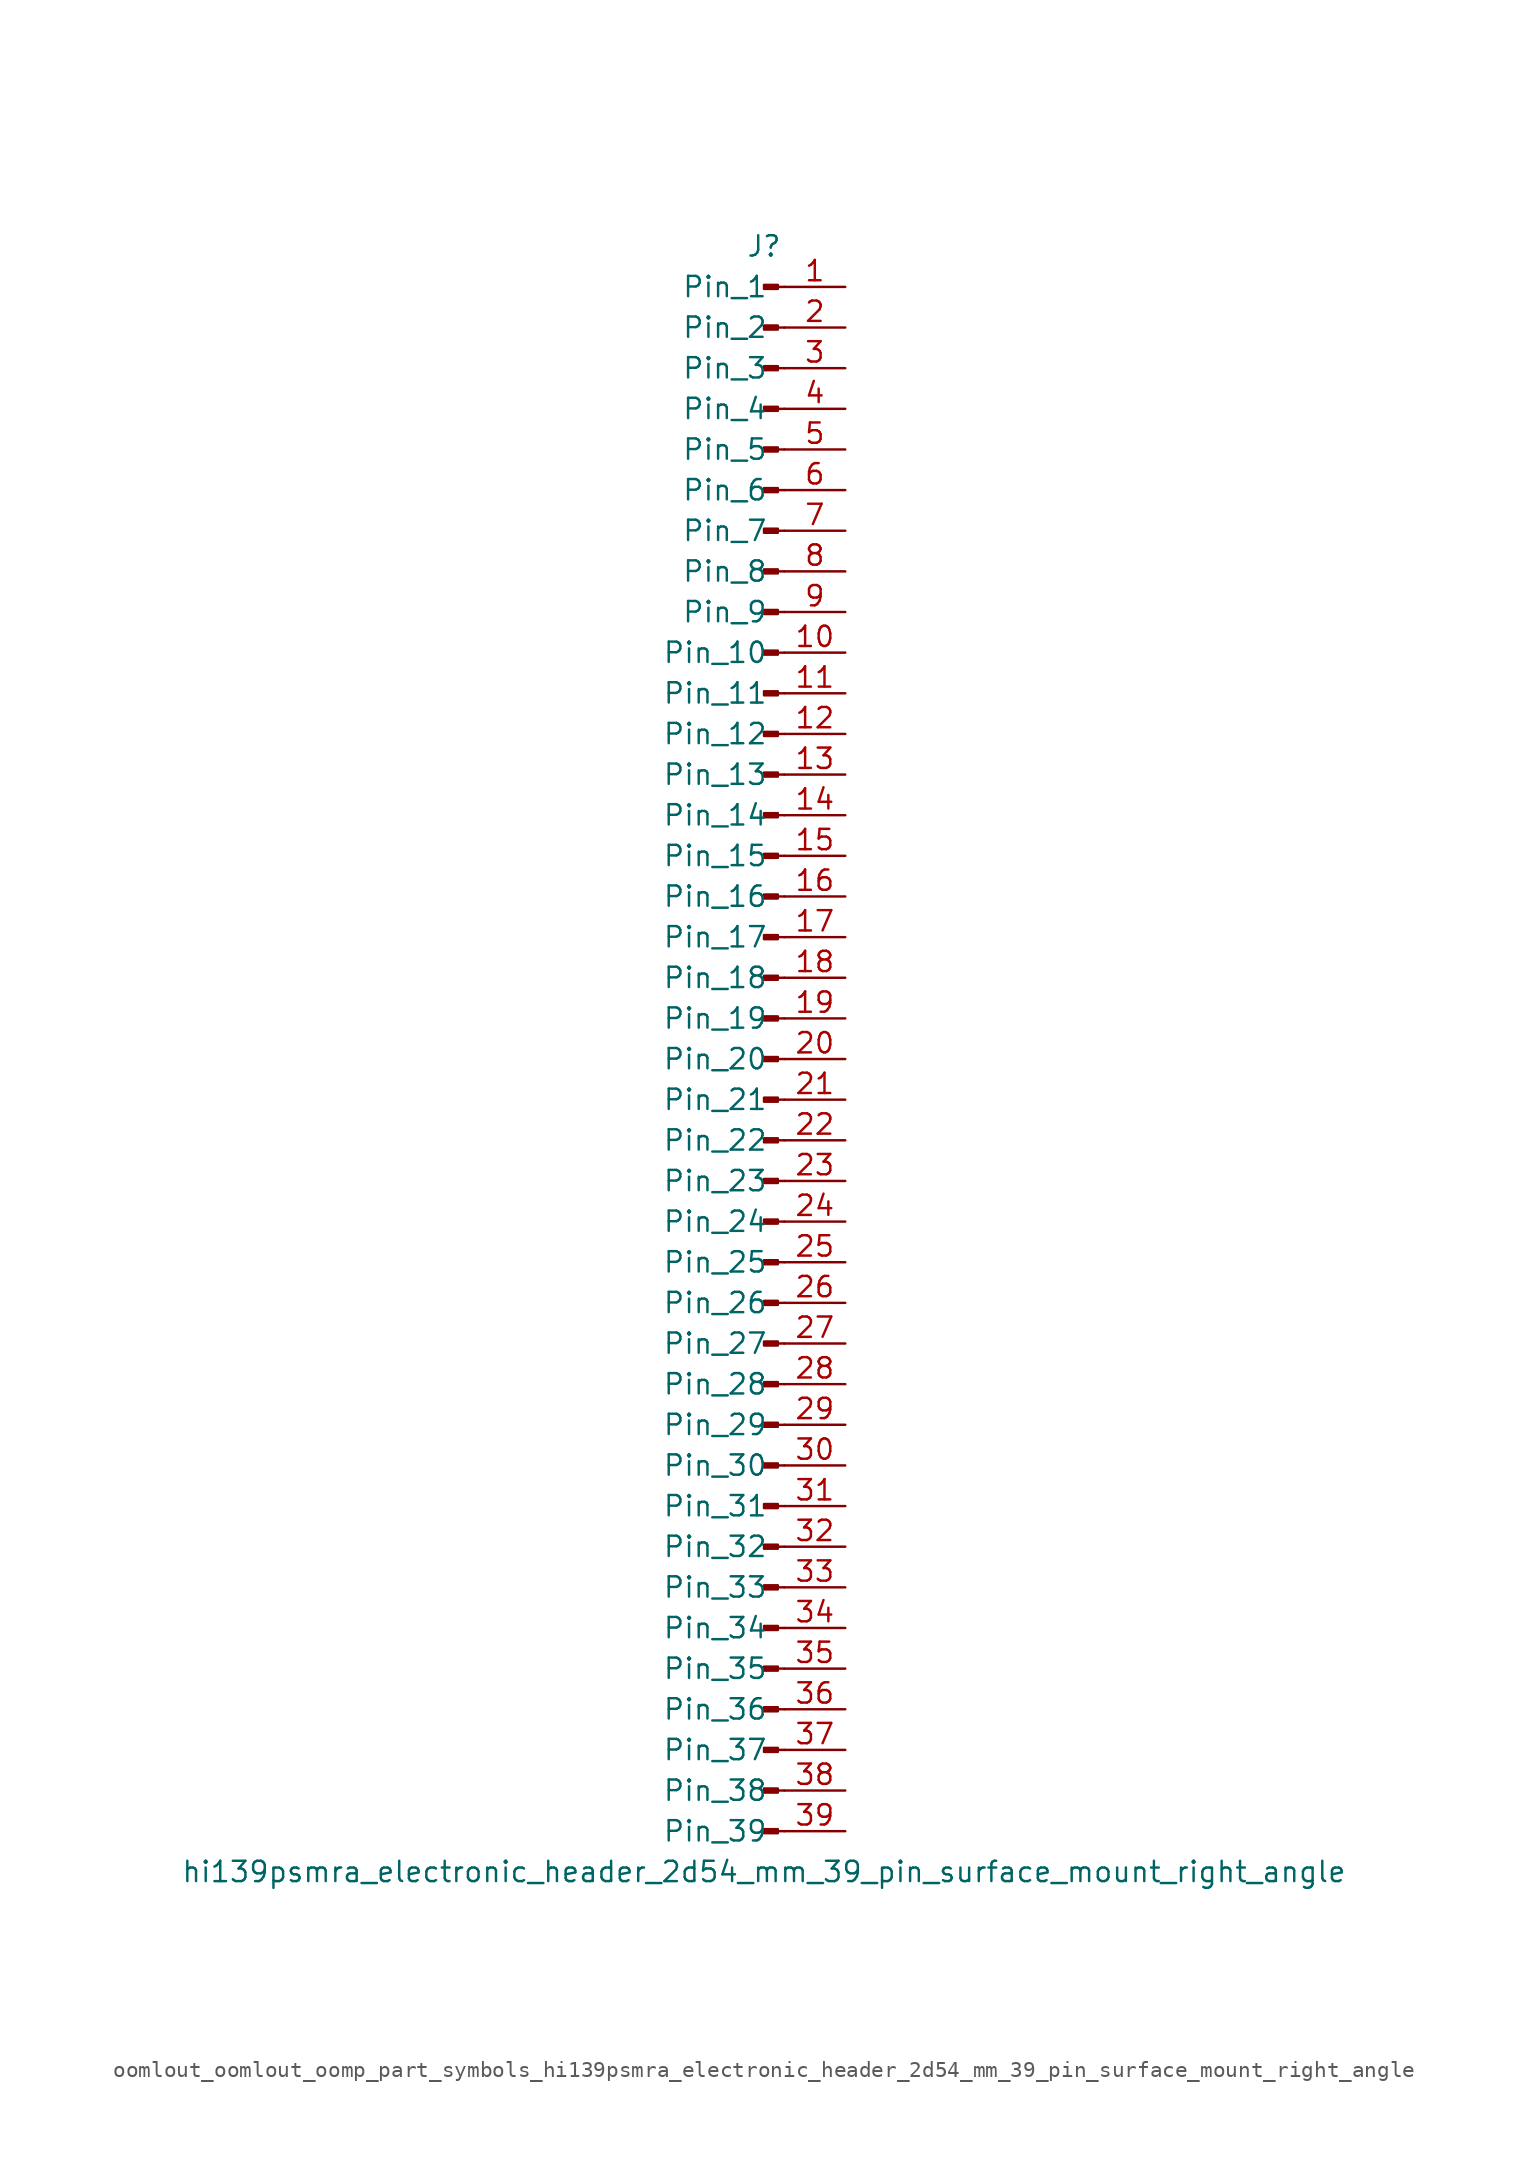
<source format=kicad_sym>
(kicad_symbol_lib
  (version 20220914)
  (generator kicad_symbol_editor)
  (symbol "oomlout_oomlout_oomp_part_symbols_hi139psmra_electronic_header_2d54_mm_39_pin_surface_mount_right_angle"
    (pin_names
      (offset 1.016))
    (property "Reference" "J"
      (at 0 50.8 0)
      (effects (font (size 1.27 1.27))))
    (property "Value" "hi139psmra_electronic_header_2d54_mm_39_pin_surface_mount_right_angle"
      (at 0 -50.8 0)
      (effects (font (size 1.27 1.27))))
    (property "ki_locked" ""
      (at 0 0 0)
      (effects (font (size 1.27 1.27))))
    (symbol "oomlout_oomlout_oomp_part_symbols_hi139psmra_electronic_header_2d54_mm_39_pin_surface_mount_right_angle_1_1"
      (polyline (pts (xy 1.27 -48.26) (xy 0.864 -48.26)) (stroke (width 0.152) (type default)) (fill (type none)))
      (polyline (pts (xy 1.27 -45.72) (xy 0.864 -45.72)) (stroke (width 0.152) (type default)) (fill (type none)))
      (polyline (pts (xy 1.27 -43.18) (xy 0.864 -43.18)) (stroke (width 0.152) (type default)) (fill (type none)))
      (polyline (pts (xy 1.27 -40.64) (xy 0.864 -40.64)) (stroke (width 0.152) (type default)) (fill (type none)))
      (polyline (pts (xy 1.27 -38.1) (xy 0.864 -38.1)) (stroke (width 0.152) (type default)) (fill (type none)))
      (polyline (pts (xy 1.27 -35.56) (xy 0.864 -35.56)) (stroke (width 0.152) (type default)) (fill (type none)))
      (polyline (pts (xy 1.27 -33.02) (xy 0.864 -33.02)) (stroke (width 0.152) (type default)) (fill (type none)))
      (polyline (pts (xy 1.27 -30.48) (xy 0.864 -30.48)) (stroke (width 0.152) (type default)) (fill (type none)))
      (polyline (pts (xy 1.27 -27.94) (xy 0.864 -27.94)) (stroke (width 0.152) (type default)) (fill (type none)))
      (polyline (pts (xy 1.27 -25.4) (xy 0.864 -25.4)) (stroke (width 0.152) (type default)) (fill (type none)))
      (polyline (pts (xy 1.27 -22.86) (xy 0.864 -22.86)) (stroke (width 0.152) (type default)) (fill (type none)))
      (polyline (pts (xy 1.27 -20.32) (xy 0.864 -20.32)) (stroke (width 0.152) (type default)) (fill (type none)))
      (polyline (pts (xy 1.27 -17.78) (xy 0.864 -17.78)) (stroke (width 0.152) (type default)) (fill (type none)))
      (polyline (pts (xy 1.27 -15.24) (xy 0.864 -15.24)) (stroke (width 0.152) (type default)) (fill (type none)))
      (polyline (pts (xy 1.27 -12.7) (xy 0.864 -12.7)) (stroke (width 0.152) (type default)) (fill (type none)))
      (polyline (pts (xy 1.27 -10.16) (xy 0.864 -10.16)) (stroke (width 0.152) (type default)) (fill (type none)))
      (polyline (pts (xy 1.27 -7.62) (xy 0.864 -7.62)) (stroke (width 0.152) (type default)) (fill (type none)))
      (polyline (pts (xy 1.27 -5.08) (xy 0.864 -5.08)) (stroke (width 0.152) (type default)) (fill (type none)))
      (polyline (pts (xy 1.27 -2.54) (xy 0.864 -2.54)) (stroke (width 0.152) (type default)) (fill (type none)))
      (polyline (pts (xy 1.27 0) (xy 0.864 0)) (stroke (width 0.152) (type default)) (fill (type none)))
      (polyline (pts (xy 1.27 2.54) (xy 0.864 2.54)) (stroke (width 0.152) (type default)) (fill (type none)))
      (polyline (pts (xy 1.27 5.08) (xy 0.864 5.08)) (stroke (width 0.152) (type default)) (fill (type none)))
      (polyline (pts (xy 1.27 7.62) (xy 0.864 7.62)) (stroke (width 0.152) (type default)) (fill (type none)))
      (polyline (pts (xy 1.27 10.16) (xy 0.864 10.16)) (stroke (width 0.152) (type default)) (fill (type none)))
      (polyline (pts (xy 1.27 12.7) (xy 0.864 12.7)) (stroke (width 0.152) (type default)) (fill (type none)))
      (polyline (pts (xy 1.27 15.24) (xy 0.864 15.24)) (stroke (width 0.152) (type default)) (fill (type none)))
      (polyline (pts (xy 1.27 17.78) (xy 0.864 17.78)) (stroke (width 0.152) (type default)) (fill (type none)))
      (polyline (pts (xy 1.27 20.32) (xy 0.864 20.32)) (stroke (width 0.152) (type default)) (fill (type none)))
      (polyline (pts (xy 1.27 22.86) (xy 0.864 22.86)) (stroke (width 0.152) (type default)) (fill (type none)))
      (polyline (pts (xy 1.27 25.4) (xy 0.864 25.4)) (stroke (width 0.152) (type default)) (fill (type none)))
      (polyline (pts (xy 1.27 27.94) (xy 0.864 27.94)) (stroke (width 0.152) (type default)) (fill (type none)))
      (polyline (pts (xy 1.27 30.48) (xy 0.864 30.48)) (stroke (width 0.152) (type default)) (fill (type none)))
      (polyline (pts (xy 1.27 33.02) (xy 0.864 33.02)) (stroke (width 0.152) (type default)) (fill (type none)))
      (polyline (pts (xy 1.27 35.56) (xy 0.864 35.56)) (stroke (width 0.152) (type default)) (fill (type none)))
      (polyline (pts (xy 1.27 38.1) (xy 0.864 38.1)) (stroke (width 0.152) (type default)) (fill (type none)))
      (polyline (pts (xy 1.27 40.64) (xy 0.864 40.64)) (stroke (width 0.152) (type default)) (fill (type none)))
      (polyline (pts (xy 1.27 43.18) (xy 0.864 43.18)) (stroke (width 0.152) (type default)) (fill (type none)))
      (polyline (pts (xy 1.27 45.72) (xy 0.864 45.72)) (stroke (width 0.152) (type default)) (fill (type none)))
      (polyline (pts (xy 1.27 48.26) (xy 0.864 48.26)) (stroke (width 0.152) (type default)) (fill (type none)))
      (rectangle (start 0.864 -48.133) (end 0 -48.387) (stroke (width 0.152) (type default)) (fill (type outline)))
      (rectangle (start 0.864 -45.593) (end 0 -45.847) (stroke (width 0.152) (type default)) (fill (type outline)))
      (rectangle (start 0.864 -43.053) (end 0 -43.307) (stroke (width 0.152) (type default)) (fill (type outline)))
      (rectangle (start 0.864 -40.513) (end 0 -40.767) (stroke (width 0.152) (type default)) (fill (type outline)))
      (rectangle (start 0.864 -37.973) (end 0 -38.227) (stroke (width 0.152) (type default)) (fill (type outline)))
      (rectangle (start 0.864 -35.433) (end 0 -35.687) (stroke (width 0.152) (type default)) (fill (type outline)))
      (rectangle (start 0.864 -32.893) (end 0 -33.147) (stroke (width 0.152) (type default)) (fill (type outline)))
      (rectangle (start 0.864 -30.353) (end 0 -30.607) (stroke (width 0.152) (type default)) (fill (type outline)))
      (rectangle (start 0.864 -27.813) (end 0 -28.067) (stroke (width 0.152) (type default)) (fill (type outline)))
      (rectangle (start 0.864 -25.273) (end 0 -25.527) (stroke (width 0.152) (type default)) (fill (type outline)))
      (rectangle (start 0.864 -22.733) (end 0 -22.987) (stroke (width 0.152) (type default)) (fill (type outline)))
      (rectangle (start 0.864 -20.193) (end 0 -20.447) (stroke (width 0.152) (type default)) (fill (type outline)))
      (rectangle (start 0.864 -17.653) (end 0 -17.907) (stroke (width 0.152) (type default)) (fill (type outline)))
      (rectangle (start 0.864 -15.113) (end 0 -15.367) (stroke (width 0.152) (type default)) (fill (type outline)))
      (rectangle (start 0.864 -12.573) (end 0 -12.827) (stroke (width 0.152) (type default)) (fill (type outline)))
      (rectangle (start 0.864 -10.033) (end 0 -10.287) (stroke (width 0.152) (type default)) (fill (type outline)))
      (rectangle (start 0.864 -7.493) (end 0 -7.747) (stroke (width 0.152) (type default)) (fill (type outline)))
      (rectangle (start 0.864 -4.953) (end 0 -5.207) (stroke (width 0.152) (type default)) (fill (type outline)))
      (rectangle (start 0.864 -2.413) (end 0 -2.667) (stroke (width 0.152) (type default)) (fill (type outline)))
      (rectangle (start 0.864 0.127) (end 0 -0.127) (stroke (width 0.152) (type default)) (fill (type outline)))
      (rectangle (start 0.864 2.667) (end 0 2.413) (stroke (width 0.152) (type default)) (fill (type outline)))
      (rectangle (start 0.864 5.207) (end 0 4.953) (stroke (width 0.152) (type default)) (fill (type outline)))
      (rectangle (start 0.864 7.747) (end 0 7.493) (stroke (width 0.152) (type default)) (fill (type outline)))
      (rectangle (start 0.864 10.287) (end 0 10.033) (stroke (width 0.152) (type default)) (fill (type outline)))
      (rectangle (start 0.864 12.827) (end 0 12.573) (stroke (width 0.152) (type default)) (fill (type outline)))
      (rectangle (start 0.864 15.367) (end 0 15.113) (stroke (width 0.152) (type default)) (fill (type outline)))
      (rectangle (start 0.864 17.907) (end 0 17.653) (stroke (width 0.152) (type default)) (fill (type outline)))
      (rectangle (start 0.864 20.447) (end 0 20.193) (stroke (width 0.152) (type default)) (fill (type outline)))
      (rectangle (start 0.864 22.987) (end 0 22.733) (stroke (width 0.152) (type default)) (fill (type outline)))
      (rectangle (start 0.864 25.527) (end 0 25.273) (stroke (width 0.152) (type default)) (fill (type outline)))
      (rectangle (start 0.864 28.067) (end 0 27.813) (stroke (width 0.152) (type default)) (fill (type outline)))
      (rectangle (start 0.864 30.607) (end 0 30.353) (stroke (width 0.152) (type default)) (fill (type outline)))
      (rectangle (start 0.864 33.147) (end 0 32.893) (stroke (width 0.152) (type default)) (fill (type outline)))
      (rectangle (start 0.864 35.687) (end 0 35.433) (stroke (width 0.152) (type default)) (fill (type outline)))
      (rectangle (start 0.864 38.227) (end 0 37.973) (stroke (width 0.152) (type default)) (fill (type outline)))
      (rectangle (start 0.864 40.767) (end 0 40.513) (stroke (width 0.152) (type default)) (fill (type outline)))
      (rectangle (start 0.864 43.307) (end 0 43.053) (stroke (width 0.152) (type default)) (fill (type outline)))
      (rectangle (start 0.864 45.847) (end 0 45.593) (stroke (width 0.152) (type default)) (fill (type outline)))
      (rectangle (start 0.864 48.387) (end 0 48.133) (stroke (width 0.152) (type default)) (fill (type outline)))
      (pin passive line (at 5.08 48.26 180) (length 3.81) (name "Pin_1" (effects (font (size 1.27 1.27)))) (number "1" (effects (font (size 1.27 1.27)))))
      (pin passive line (at 5.08 25.4 180) (length 3.81) (name "Pin_10" (effects (font (size 1.27 1.27)))) (number "10" (effects (font (size 1.27 1.27)))))
      (pin passive line (at 5.08 22.86 180) (length 3.81) (name "Pin_11" (effects (font (size 1.27 1.27)))) (number "11" (effects (font (size 1.27 1.27)))))
      (pin passive line (at 5.08 20.32 180) (length 3.81) (name "Pin_12" (effects (font (size 1.27 1.27)))) (number "12" (effects (font (size 1.27 1.27)))))
      (pin passive line (at 5.08 17.78 180) (length 3.81) (name "Pin_13" (effects (font (size 1.27 1.27)))) (number "13" (effects (font (size 1.27 1.27)))))
      (pin passive line (at 5.08 15.24 180) (length 3.81) (name "Pin_14" (effects (font (size 1.27 1.27)))) (number "14" (effects (font (size 1.27 1.27)))))
      (pin passive line (at 5.08 12.7 180) (length 3.81) (name "Pin_15" (effects (font (size 1.27 1.27)))) (number "15" (effects (font (size 1.27 1.27)))))
      (pin passive line (at 5.08 10.16 180) (length 3.81) (name "Pin_16" (effects (font (size 1.27 1.27)))) (number "16" (effects (font (size 1.27 1.27)))))
      (pin passive line (at 5.08 7.62 180) (length 3.81) (name "Pin_17" (effects (font (size 1.27 1.27)))) (number "17" (effects (font (size 1.27 1.27)))))
      (pin passive line (at 5.08 5.08 180) (length 3.81) (name "Pin_18" (effects (font (size 1.27 1.27)))) (number "18" (effects (font (size 1.27 1.27)))))
      (pin passive line (at 5.08 2.54 180) (length 3.81) (name "Pin_19" (effects (font (size 1.27 1.27)))) (number "19" (effects (font (size 1.27 1.27)))))
      (pin passive line (at 5.08 45.72 180) (length 3.81) (name "Pin_2" (effects (font (size 1.27 1.27)))) (number "2" (effects (font (size 1.27 1.27)))))
      (pin passive line (at 5.08 0 180) (length 3.81) (name "Pin_20" (effects (font (size 1.27 1.27)))) (number "20" (effects (font (size 1.27 1.27)))))
      (pin passive line (at 5.08 -2.54 180) (length 3.81) (name "Pin_21" (effects (font (size 1.27 1.27)))) (number "21" (effects (font (size 1.27 1.27)))))
      (pin passive line (at 5.08 -5.08 180) (length 3.81) (name "Pin_22" (effects (font (size 1.27 1.27)))) (number "22" (effects (font (size 1.27 1.27)))))
      (pin passive line (at 5.08 -7.62 180) (length 3.81) (name "Pin_23" (effects (font (size 1.27 1.27)))) (number "23" (effects (font (size 1.27 1.27)))))
      (pin passive line (at 5.08 -10.16 180) (length 3.81) (name "Pin_24" (effects (font (size 1.27 1.27)))) (number "24" (effects (font (size 1.27 1.27)))))
      (pin passive line (at 5.08 -12.7 180) (length 3.81) (name "Pin_25" (effects (font (size 1.27 1.27)))) (number "25" (effects (font (size 1.27 1.27)))))
      (pin passive line (at 5.08 -15.24 180) (length 3.81) (name "Pin_26" (effects (font (size 1.27 1.27)))) (number "26" (effects (font (size 1.27 1.27)))))
      (pin passive line (at 5.08 -17.78 180) (length 3.81) (name "Pin_27" (effects (font (size 1.27 1.27)))) (number "27" (effects (font (size 1.27 1.27)))))
      (pin passive line (at 5.08 -20.32 180) (length 3.81) (name "Pin_28" (effects (font (size 1.27 1.27)))) (number "28" (effects (font (size 1.27 1.27)))))
      (pin passive line (at 5.08 -22.86 180) (length 3.81) (name "Pin_29" (effects (font (size 1.27 1.27)))) (number "29" (effects (font (size 1.27 1.27)))))
      (pin passive line (at 5.08 43.18 180) (length 3.81) (name "Pin_3" (effects (font (size 1.27 1.27)))) (number "3" (effects (font (size 1.27 1.27)))))
      (pin passive line (at 5.08 -25.4 180) (length 3.81) (name "Pin_30" (effects (font (size 1.27 1.27)))) (number "30" (effects (font (size 1.27 1.27)))))
      (pin passive line (at 5.08 -27.94 180) (length 3.81) (name "Pin_31" (effects (font (size 1.27 1.27)))) (number "31" (effects (font (size 1.27 1.27)))))
      (pin passive line (at 5.08 -30.48 180) (length 3.81) (name "Pin_32" (effects (font (size 1.27 1.27)))) (number "32" (effects (font (size 1.27 1.27)))))
      (pin passive line (at 5.08 -33.02 180) (length 3.81) (name "Pin_33" (effects (font (size 1.27 1.27)))) (number "33" (effects (font (size 1.27 1.27)))))
      (pin passive line (at 5.08 -35.56 180) (length 3.81) (name "Pin_34" (effects (font (size 1.27 1.27)))) (number "34" (effects (font (size 1.27 1.27)))))
      (pin passive line (at 5.08 -38.1 180) (length 3.81) (name "Pin_35" (effects (font (size 1.27 1.27)))) (number "35" (effects (font (size 1.27 1.27)))))
      (pin passive line (at 5.08 -40.64 180) (length 3.81) (name "Pin_36" (effects (font (size 1.27 1.27)))) (number "36" (effects (font (size 1.27 1.27)))))
      (pin passive line (at 5.08 -43.18 180) (length 3.81) (name "Pin_37" (effects (font (size 1.27 1.27)))) (number "37" (effects (font (size 1.27 1.27)))))
      (pin passive line (at 5.08 -45.72 180) (length 3.81) (name "Pin_38" (effects (font (size 1.27 1.27)))) (number "38" (effects (font (size 1.27 1.27)))))
      (pin passive line (at 5.08 -48.26 180) (length 3.81) (name "Pin_39" (effects (font (size 1.27 1.27)))) (number "39" (effects (font (size 1.27 1.27)))))
      (pin passive line (at 5.08 40.64 180) (length 3.81) (name "Pin_4" (effects (font (size 1.27 1.27)))) (number "4" (effects (font (size 1.27 1.27)))))
      (pin passive line (at 5.08 38.1 180) (length 3.81) (name "Pin_5" (effects (font (size 1.27 1.27)))) (number "5" (effects (font (size 1.27 1.27)))))
      (pin passive line (at 5.08 35.56 180) (length 3.81) (name "Pin_6" (effects (font (size 1.27 1.27)))) (number "6" (effects (font (size 1.27 1.27)))))
      (pin passive line (at 5.08 33.02 180) (length 3.81) (name "Pin_7" (effects (font (size 1.27 1.27)))) (number "7" (effects (font (size 1.27 1.27)))))
      (pin passive line (at 5.08 30.48 180) (length 3.81) (name "Pin_8" (effects (font (size 1.27 1.27)))) (number "8" (effects (font (size 1.27 1.27)))))
      (pin passive line (at 5.08 27.94 180) (length 3.81) (name "Pin_9" (effects (font (size 1.27 1.27)))) (number "9" (effects (font (size 1.27 1.27))))))))
</source>
